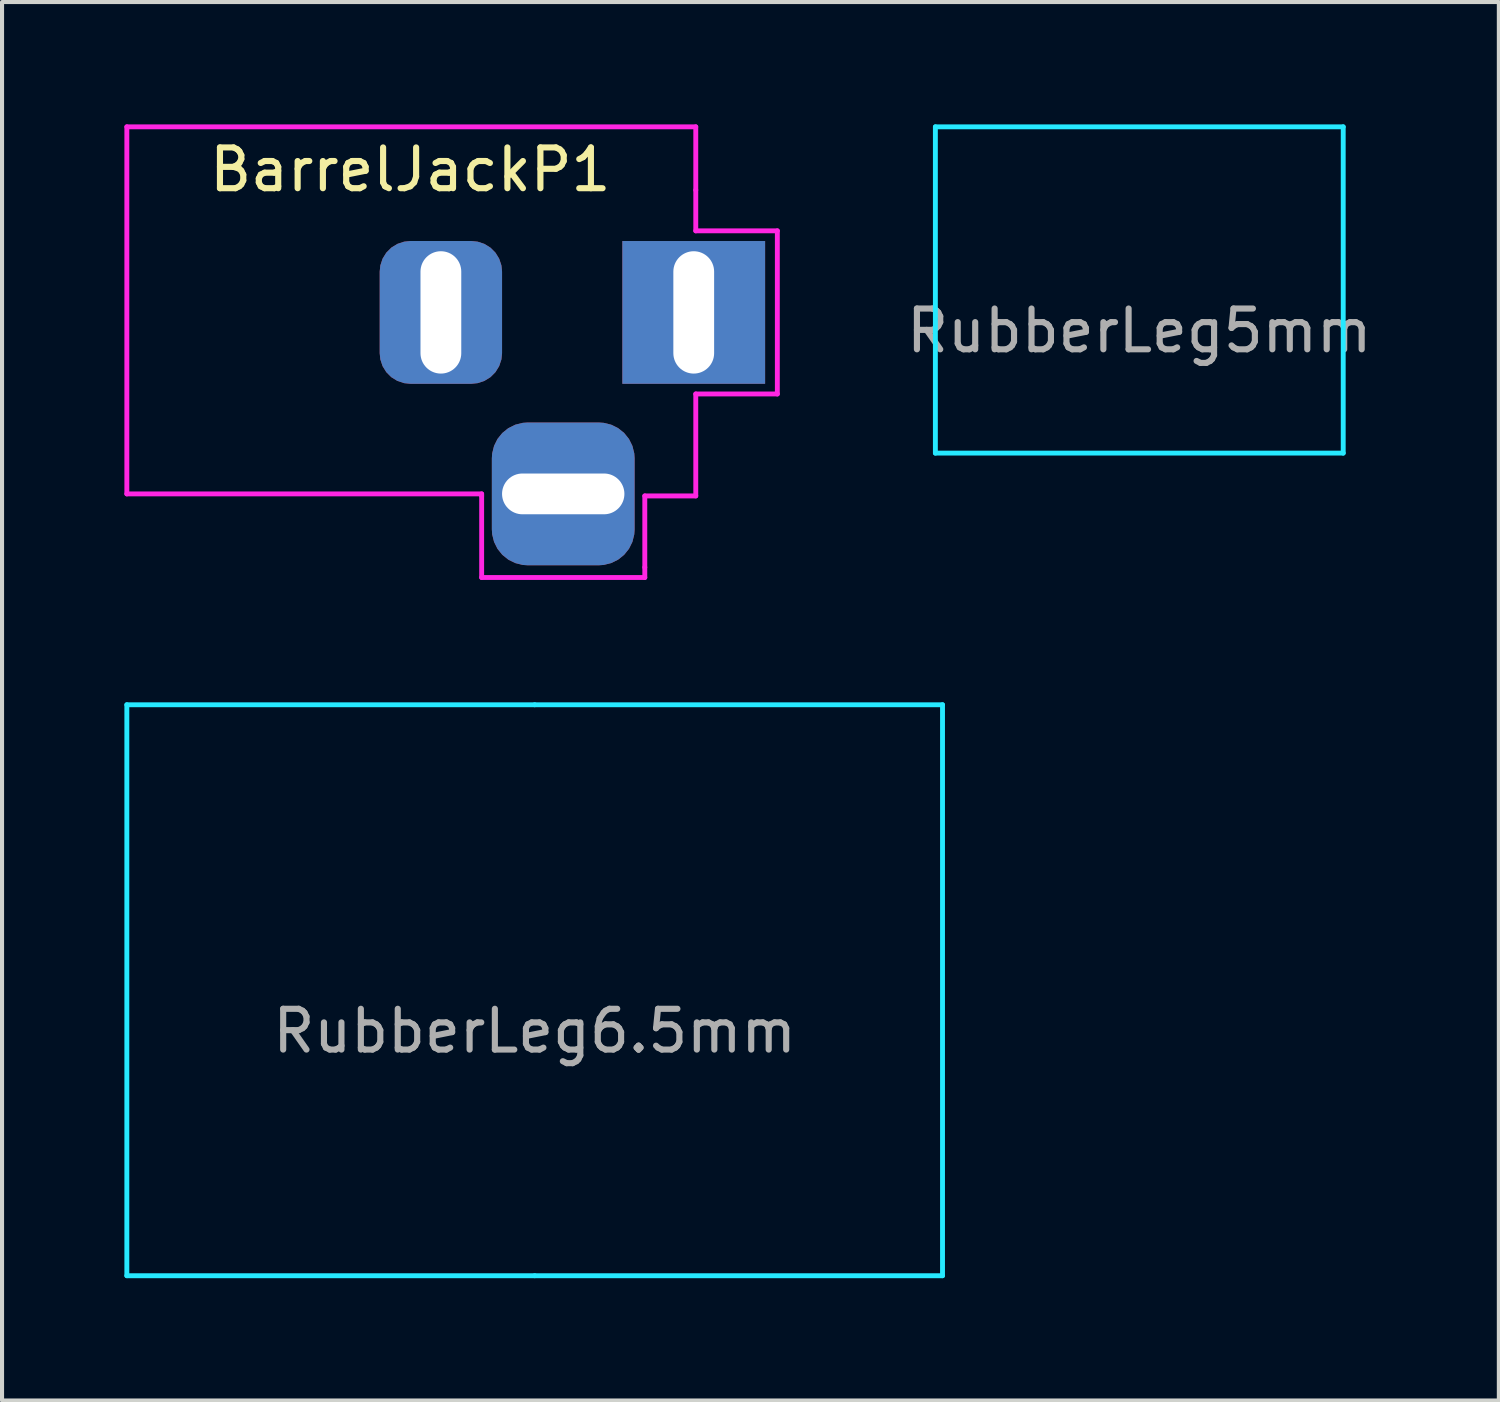
<source format=kicad_pcb>
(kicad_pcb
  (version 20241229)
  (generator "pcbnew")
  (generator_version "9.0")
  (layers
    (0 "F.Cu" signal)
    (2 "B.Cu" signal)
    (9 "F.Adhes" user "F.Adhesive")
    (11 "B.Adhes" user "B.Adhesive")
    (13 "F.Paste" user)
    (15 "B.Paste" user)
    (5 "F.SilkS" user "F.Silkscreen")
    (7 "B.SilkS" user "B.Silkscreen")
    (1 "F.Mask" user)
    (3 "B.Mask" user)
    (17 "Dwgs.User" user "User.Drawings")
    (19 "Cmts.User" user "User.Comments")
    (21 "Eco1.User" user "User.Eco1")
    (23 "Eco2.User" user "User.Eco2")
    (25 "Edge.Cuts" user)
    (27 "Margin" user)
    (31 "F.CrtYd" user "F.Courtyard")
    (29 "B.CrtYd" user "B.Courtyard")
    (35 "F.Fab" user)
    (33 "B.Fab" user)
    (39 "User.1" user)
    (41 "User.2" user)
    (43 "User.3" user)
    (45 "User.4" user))
  (footprint "RubberLeg6.5mm"
    (layer "F.Cu")
    (at 10.06 21.23)
    (property "Reference" "RubberLeg6.5mm" (at 0 1 0) (layer "F.Fab") (effects (font (size 1 1) (thickness 0.15))))
    (attr through_hole)
    (fp_line (start -10 -7) (end -10 7) (stroke (width 0.12) (type solid)) (layer "B.CrtYd"))
    (fp_line (start -10 -7) (end 0 -7) (stroke (width 0.12) (type solid)) (layer "B.CrtYd"))
    (fp_line (start 0 7) (end -10 7) (stroke (width 0.12) (type solid)) (layer "B.CrtYd"))
    (fp_line (start 10 -7) (end 0 -7) (stroke (width 0.12) (type solid)) (layer "B.CrtYd"))
    (fp_line (start 10 -7) (end 10 7) (stroke (width 0.12) (type solid)) (layer "B.CrtYd"))
    (fp_line (start 10 7) (end 0 7) (stroke (width 0.12) (type solid)) (layer "B.CrtYd")))
  (footprint "RubberLeg5mm"
    (layer "F.Cu")
    (at 24.885 4.06)
    (property "Reference" "RubberLeg5mm" (at 0 1 0) (layer "F.Fab") (effects (font (size 1 1) (thickness 0.15))))
    (attr through_hole)
    (fp_line (start -5 -4) (end -5 4) (stroke (width 0.12) (type solid)) (layer "B.CrtYd"))
    (fp_line (start -5 -4) (end 5 -4) (stroke (width 0.12) (type solid)) (layer "B.CrtYd"))
    (fp_line (start 5 -4) (end 5 4) (stroke (width 0.12) (type solid)) (layer "B.CrtYd"))
    (fp_line (start 5 4) (end -5 4) (stroke (width 0.12) (type solid)) (layer "B.CrtYd")))
  (footprint "BarrelJackP1"
    (layer "F.Cu")
    (at 7.01 4.61)
    (property "Reference" "BarrelJackP1" (at 0 -3.5 180) (layer "F.SilkS") (effects (font (size 1 1) (thickness 0.15))))
    (attr through_hole)
    (fp_line (start -6.95 4.45) (end -6.95 -4.55) (stroke (width 0.12) (type solid)) (layer "F.CrtYd"))
    (fp_line (start 1.75 4.45) (end -6.95 4.45) (stroke (width 0.12) (type solid)) (layer "F.CrtYd"))
    (fp_line (start 1.75 4.5) (end 1.75 4.45) (stroke (width 0.12) (type solid)) (layer "F.CrtYd"))
    (fp_line (start 1.75 6.5) (end 1.75 4.5) (stroke (width 0.12) (type solid)) (layer "F.CrtYd"))
    (fp_line (start 5.75 4.5) (end 5.75 6.25) (stroke (width 0.12) (type solid)) (layer "F.CrtYd"))
    (fp_line (start 5.75 4.5) (end 7 4.5) (stroke (width 0.12) (type solid)) (layer "F.CrtYd"))
    (fp_line (start 5.75 6.25) (end 5.75 6.5) (stroke (width 0.12) (type solid)) (layer "F.CrtYd"))
    (fp_line (start 5.75 6.5) (end 1.75 6.5) (stroke (width 0.12) (type solid)) (layer "F.CrtYd"))
    (fp_line (start 7 -4.55) (end -6.95 -4.55) (stroke (width 0.12) (type solid)) (layer "F.CrtYd"))
    (fp_line (start 7 -3) (end 7 -4.55) (stroke (width 0.12) (type solid)) (layer "F.CrtYd"))
    (fp_line (start 7 -3) (end 7 -2) (stroke (width 0.12) (type solid)) (layer "F.CrtYd"))
    (fp_line (start 7 -2) (end 9 -2) (stroke (width 0.12) (type solid)) (layer "F.CrtYd"))
    (fp_line (start 7 2) (end 7 4.5) (stroke (width 0.12) (type solid)) (layer "F.CrtYd"))
    (fp_line (start 9 -2) (end 9 2) (stroke (width 0.12) (type solid)) (layer "F.CrtYd"))
    (fp_line (start 9 2) (end 7 2) (stroke (width 0.12) (type solid)) (layer "F.CrtYd"))
    (pad "1" thru_hole rect (at 6.95 0) (size 3.5 3.5) (drill oval 1 3) (layers "*.Cu" "*.Mask"))
    (pad "2" thru_hole roundrect (at 0.75 0) (size 3 3.5) (drill oval 1 3) (layers "*.Cu" "*.Mask") (roundrect_rratio 0.25))
    (pad "3" thru_hole roundrect (at 3.75 4.45) (size 3.5 3.5) (drill oval 3 1) (layers "*.Cu" "*.Mask") (roundrect_rratio 0.25)))
  (gr_rect
    (start -3 -3)
    (end 33.701 31.29)
    (stroke (width 0.1) (type default))
    (fill no)
    (layer "Edge.Cuts")))
</source>
